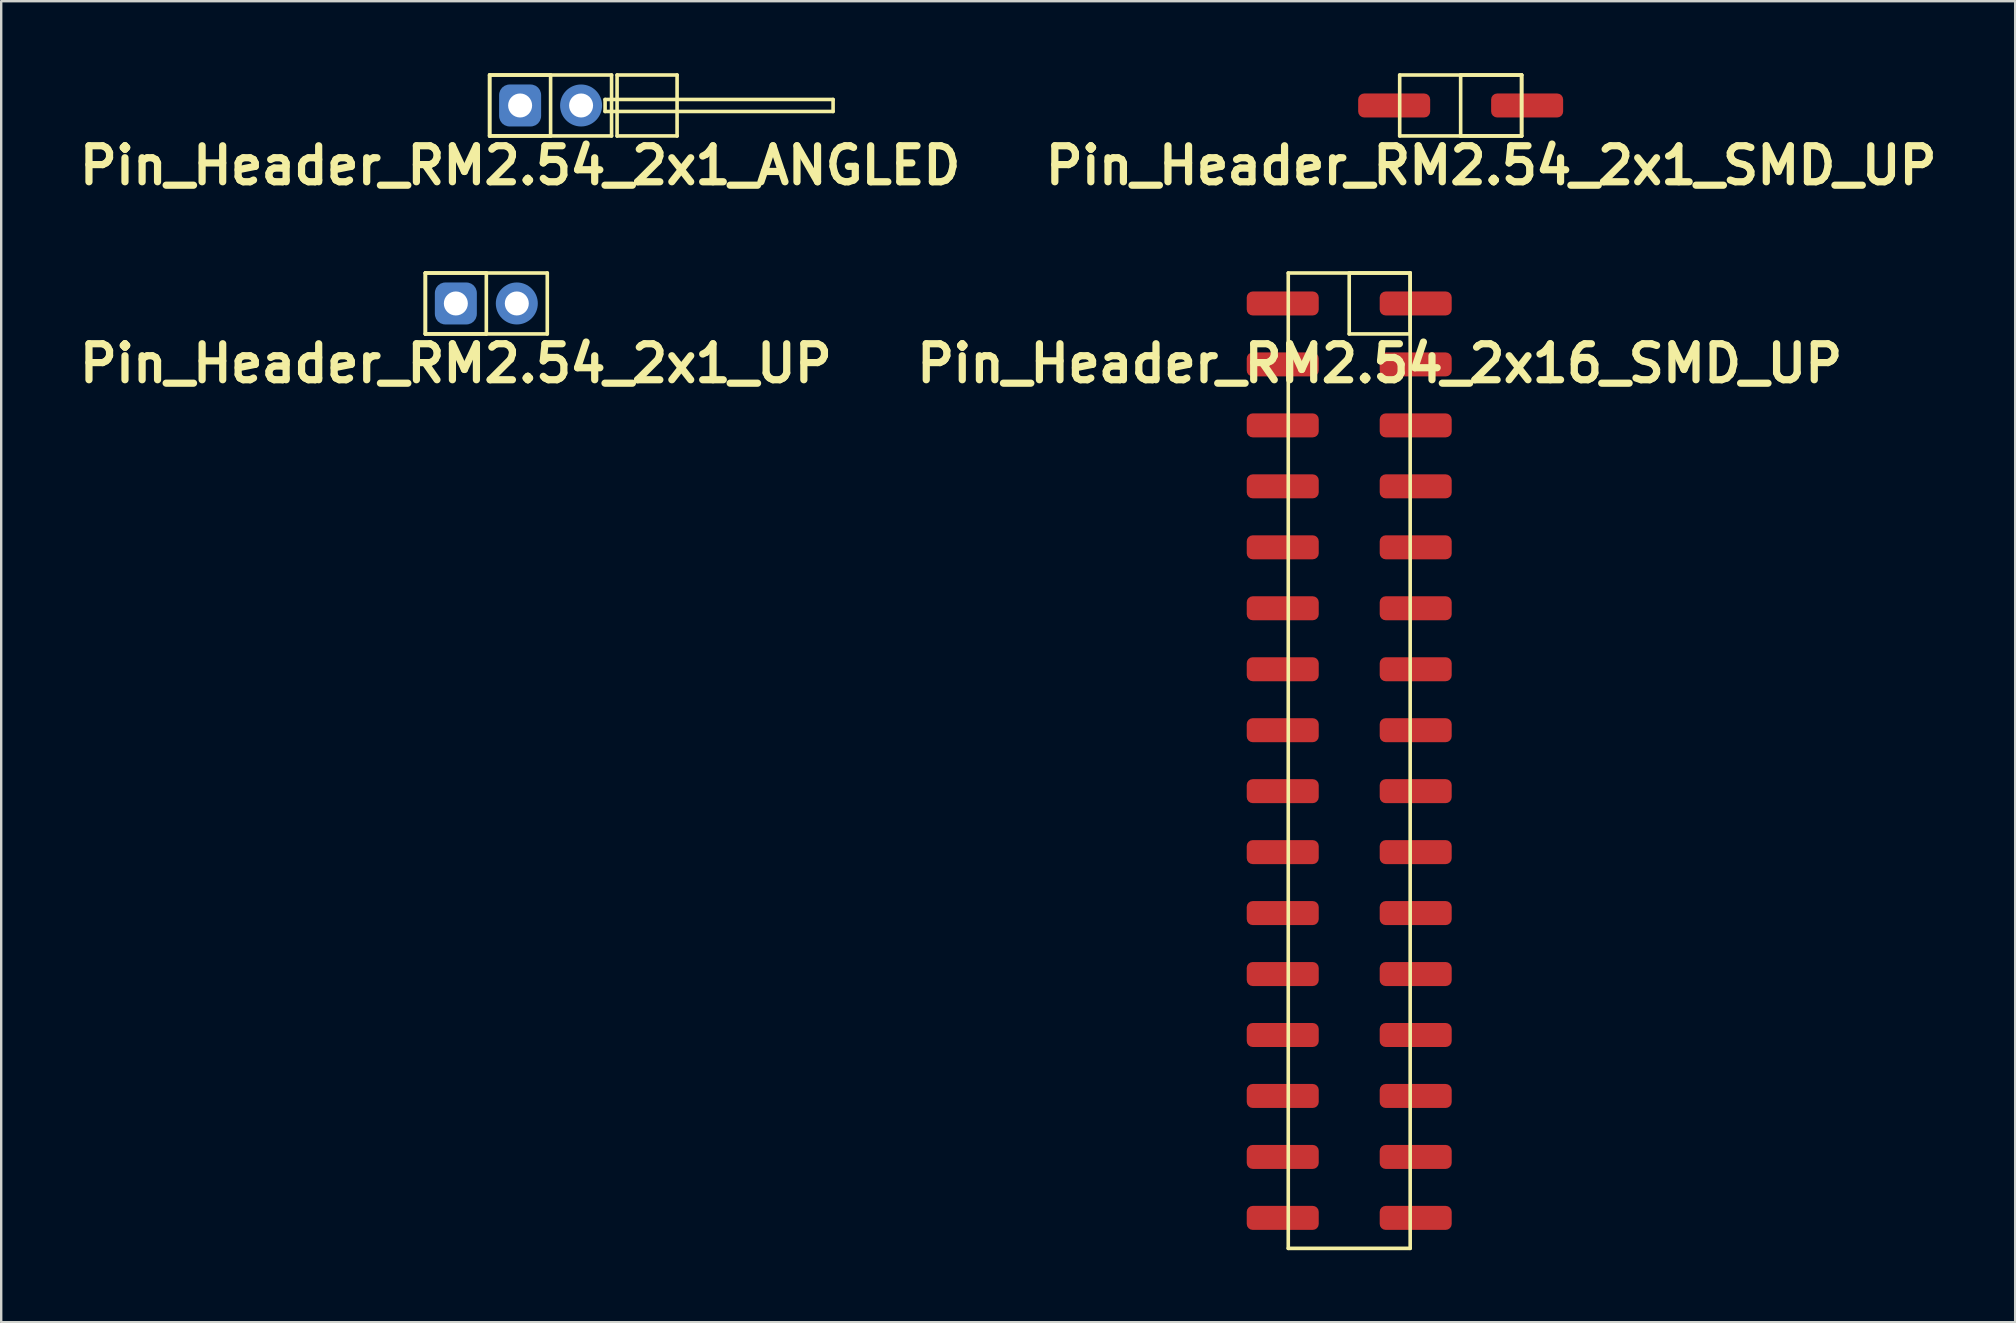
<source format=kicad_pcb>
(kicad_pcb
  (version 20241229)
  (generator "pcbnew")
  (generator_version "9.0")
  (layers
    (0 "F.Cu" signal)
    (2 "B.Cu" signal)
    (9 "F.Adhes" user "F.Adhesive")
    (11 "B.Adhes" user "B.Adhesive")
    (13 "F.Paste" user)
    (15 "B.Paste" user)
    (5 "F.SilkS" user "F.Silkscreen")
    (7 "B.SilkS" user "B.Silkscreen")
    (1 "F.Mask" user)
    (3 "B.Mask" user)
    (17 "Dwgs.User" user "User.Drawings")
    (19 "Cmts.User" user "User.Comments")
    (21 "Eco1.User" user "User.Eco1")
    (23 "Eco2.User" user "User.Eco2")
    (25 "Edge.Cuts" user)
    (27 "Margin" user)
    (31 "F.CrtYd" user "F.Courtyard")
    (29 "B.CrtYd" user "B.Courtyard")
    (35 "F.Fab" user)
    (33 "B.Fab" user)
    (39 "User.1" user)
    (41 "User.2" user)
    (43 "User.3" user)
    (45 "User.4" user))
  (footprint "Pin_Header_RM2.54_2x16_SMD_UP"
    (layer "F.Cu")
    (at 54.436 9.594)
    (property "Reference" "Pin_Header_RM2.54_2x16_SMD_UP" (at 0 2.5 0) (layer "F.SilkS") (effects (font (size 1.5 1.5) (thickness 0.3))))
    (attr through_hole)
    (fp_line (start -3.81 -1.27) (end 1.27 -1.27) (stroke (width 0.15) (type solid)) (layer "F.SilkS"))
    (fp_line (start -3.81 39.37) (end -3.81 -1.27) (stroke (width 0.15) (type solid)) (layer "F.SilkS"))
    (fp_line (start -1.27 -1.27) (end 1.27 -1.27) (stroke (width 0.15) (type solid)) (layer "F.SilkS"))
    (fp_line (start -1.27 1.27) (end -1.27 -1.27) (stroke (width 0.15) (type solid)) (layer "F.SilkS"))
    (fp_line (start 1.27 -1.27) (end 1.27 1.27) (stroke (width 0.15) (type solid)) (layer "F.SilkS"))
    (fp_line (start 1.27 -1.27) (end 1.27 39.37) (stroke (width 0.15) (type solid)) (layer "F.SilkS"))
    (fp_line (start 1.27 1.27) (end -1.27 1.27) (stroke (width 0.15) (type solid)) (layer "F.SilkS"))
    (fp_line (start 1.27 39.37) (end -3.81 39.37) (stroke (width 0.15) (type solid)) (layer "F.SilkS"))
    (pad "1" smd roundrect (at 1.5 0) (size 3 1) (layers "F.Cu" "F.Mask") (roundrect_rratio 0.25))
    (pad "2" smd roundrect (at -4.04 0) (size 3 1) (layers "F.Cu" "F.Mask") (roundrect_rratio 0.25))
    (pad "3" smd roundrect (at 1.5 2.54) (size 3 1) (layers "F.Cu" "F.Mask") (roundrect_rratio 0.25))
    (pad "4" smd roundrect (at -4.04 2.54) (size 3 1) (layers "F.Cu" "F.Mask") (roundrect_rratio 0.25))
    (pad "5" smd roundrect (at 1.5 5.08) (size 3 1) (layers "F.Cu" "F.Mask") (roundrect_rratio 0.25))
    (pad "6" smd roundrect (at -4.04 5.08) (size 3 1) (layers "F.Cu" "F.Mask") (roundrect_rratio 0.25))
    (pad "7" smd roundrect (at 1.5 7.62) (size 3 1) (layers "F.Cu" "F.Mask") (roundrect_rratio 0.25))
    (pad "8" smd roundrect (at -4.04 7.62) (size 3 1) (layers "F.Cu" "F.Mask") (roundrect_rratio 0.25))
    (pad "9" smd roundrect (at 1.5 10.16) (size 3 1) (layers "F.Cu" "F.Mask") (roundrect_rratio 0.25))
    (pad "10" smd roundrect (at -4.04 10.16) (size 3 1) (layers "F.Cu" "F.Mask") (roundrect_rratio 0.25))
    (pad "11" smd roundrect (at 1.5 12.7) (size 3 1) (layers "F.Cu" "F.Mask") (roundrect_rratio 0.25))
    (pad "12" smd roundrect (at -4.04 12.7) (size 3 1) (layers "F.Cu" "F.Mask") (roundrect_rratio 0.25))
    (pad "13" smd roundrect (at 1.5 15.24) (size 3 1) (layers "F.Cu" "F.Mask") (roundrect_rratio 0.25))
    (pad "14" smd roundrect (at -4.04 15.24) (size 3 1) (layers "F.Cu" "F.Mask") (roundrect_rratio 0.25))
    (pad "15" smd roundrect (at 1.5 17.78) (size 3 1) (layers "F.Cu" "F.Mask") (roundrect_rratio 0.25))
    (pad "16" smd roundrect (at -4.04 17.78) (size 3 1) (layers "F.Cu" "F.Mask") (roundrect_rratio 0.25))
    (pad "17" smd roundrect (at 1.5 20.32) (size 3 1) (layers "F.Cu" "F.Mask") (roundrect_rratio 0.25))
    (pad "18" smd roundrect (at -4.04 20.32) (size 3 1) (layers "F.Cu" "F.Mask") (roundrect_rratio 0.25))
    (pad "19" smd roundrect (at 1.5 22.86) (size 3 1) (layers "F.Cu" "F.Mask") (roundrect_rratio 0.25))
    (pad "20" smd roundrect (at -4.04 22.86) (size 3 1) (layers "F.Cu" "F.Mask") (roundrect_rratio 0.25))
    (pad "21" smd roundrect (at 1.5 25.4) (size 3 1) (layers "F.Cu" "F.Mask") (roundrect_rratio 0.25))
    (pad "22" smd roundrect (at -4.04 25.4) (size 3 1) (layers "F.Cu" "F.Mask") (roundrect_rratio 0.25))
    (pad "23" smd roundrect (at 1.5 27.94) (size 3 1) (layers "F.Cu" "F.Mask") (roundrect_rratio 0.25))
    (pad "24" smd roundrect (at -4.04 27.94) (size 3 1) (layers "F.Cu" "F.Mask") (roundrect_rratio 0.25))
    (pad "25" smd roundrect (at 1.5 30.48) (size 3 1) (layers "F.Cu" "F.Mask") (roundrect_rratio 0.25))
    (pad "26" smd roundrect (at -4.04 30.48) (size 3 1) (layers "F.Cu" "F.Mask") (roundrect_rratio 0.25))
    (pad "27" smd roundrect (at 1.5 33.02) (size 3 1) (layers "F.Cu" "F.Mask") (roundrect_rratio 0.25))
    (pad "28" smd roundrect (at -4.04 33.02) (size 3 1) (layers "F.Cu" "F.Mask") (roundrect_rratio 0.25))
    (pad "29" smd roundrect (at 1.5 35.56) (size 3 1) (layers "F.Cu" "F.Mask") (roundrect_rratio 0.25))
    (pad "30" smd roundrect (at -4.04 35.56) (size 3 1) (layers "F.Cu" "F.Mask") (roundrect_rratio 0.25))
    (pad "31" smd roundrect (at 1.5 38.1) (size 3 1) (layers "F.Cu" "F.Mask") (roundrect_rratio 0.25))
    (pad "32" smd roundrect (at -4.04 38.1) (size 3 1) (layers "F.Cu" "F.Mask") (roundrect_rratio 0.25)))
  (footprint "Pin_Header_RM2.54_2x1_SMD_UP"
    (layer "F.Cu")
    (at 59.079 1.345)
    (property "Reference" "Pin_Header_RM2.54_2x1_SMD_UP" (at 0 2.5 0) (layer "F.SilkS") (effects (font (size 1.5 1.5) (thickness 0.3))))
    (attr through_hole)
    (fp_line (start -3.81 -1.27) (end 1.27 -1.27) (stroke (width 0.15) (type solid)) (layer "F.SilkS"))
    (fp_line (start -3.81 1.27) (end -3.81 -1.27) (stroke (width 0.15) (type solid)) (layer "F.SilkS"))
    (fp_line (start -1.27 -1.27) (end 1.27 -1.27) (stroke (width 0.15) (type solid)) (layer "F.SilkS"))
    (fp_line (start -1.27 1.27) (end -1.27 -1.27) (stroke (width 0.15) (type solid)) (layer "F.SilkS"))
    (fp_line (start 1.27 -1.27) (end 1.27 1.27) (stroke (width 0.15) (type solid)) (layer "F.SilkS"))
    (fp_line (start 1.27 -1.27) (end 1.27 1.27) (stroke (width 0.15) (type solid)) (layer "F.SilkS"))
    (fp_line (start 1.27 1.27) (end -3.81 1.27) (stroke (width 0.15) (type solid)) (layer "F.SilkS"))
    (fp_line (start 1.27 1.27) (end -1.27 1.27) (stroke (width 0.15) (type solid)) (layer "F.SilkS"))
    (pad "1" smd roundrect (at 1.5 0) (size 3 1) (layers "F.Cu" "F.Mask" "F.Paste") (roundrect_rratio 0.25))
    (pad "2" smd roundrect (at -4.04 0) (size 3 1) (layers "F.Cu" "F.Mask" "F.Paste") (roundrect_rratio 0.25)))
  (footprint "Pin_Header_RM2.54_2x1_ANGLED"
    (layer "F.Cu")
    (at 18.621 1.345)
    (property "Reference" "Pin_Header_RM2.54_2x1_ANGLED" (at 0 2.5 0) (layer "F.SilkS") (effects (font (size 1.5 1.5) (thickness 0.3))))
    (attr through_hole)
    (fp_line (start -1.27 -1.27) (end 1.27 -1.27) (stroke (width 0.15) (type solid)) (layer "F.SilkS"))
    (fp_line (start -1.27 -1.27) (end 3.81 -1.27) (stroke (width 0.15) (type solid)) (layer "F.SilkS"))
    (fp_line (start -1.27 1.27) (end -1.27 -1.27) (stroke (width 0.15) (type solid)) (layer "F.SilkS"))
    (fp_line (start -1.27 1.27) (end -1.27 -1.27) (stroke (width 0.15) (type solid)) (layer "F.SilkS"))
    (fp_line (start 1.27 -1.27) (end 1.27 1.27) (stroke (width 0.15) (type solid)) (layer "F.SilkS"))
    (fp_line (start 1.27 1.27) (end -1.27 1.27) (stroke (width 0.15) (type solid)) (layer "F.SilkS"))
    (fp_line (start 3.54 -0.25) (end 13.04 -0.25) (stroke (width 0.15) (type solid)) (layer "F.SilkS"))
    (fp_line (start 3.54 0.25) (end 3.54 -0.25) (stroke (width 0.15) (type solid)) (layer "F.SilkS"))
    (fp_line (start 3.81 -1.27) (end 3.81 1.27) (stroke (width 0.15) (type solid)) (layer "F.SilkS"))
    (fp_line (start 3.81 1.27) (end -1.27 1.27) (stroke (width 0.15) (type solid)) (layer "F.SilkS"))
    (fp_line (start 4.04 -1.27) (end 6.54 -1.27) (stroke (width 0.15) (type solid)) (layer "F.SilkS"))
    (fp_line (start 4.04 1.27) (end 4.04 -1.27) (stroke (width 0.15) (type solid)) (layer "F.SilkS"))
    (fp_line (start 6.54 -1.27) (end 6.54 1.27) (stroke (width 0.15) (type solid)) (layer "F.SilkS"))
    (fp_line (start 6.54 1.27) (end 4.04 1.27) (stroke (width 0.15) (type solid)) (layer "F.SilkS"))
    (fp_line (start 13.04 -0.25) (end 13.04 0.25) (stroke (width 0.15) (type solid)) (layer "F.SilkS"))
    (fp_line (start 13.04 0.25) (end 3.54 0.25) (stroke (width 0.15) (type solid)) (layer "F.SilkS"))
    (pad "1" thru_hole circle (at 0 0) (size 1.3 1.3) (drill 1) (layers "*.Cu" "*.Mask"))
    (pad "1" smd roundrect (at 0 0) (size 1.5 1.5) (layers "F.Cu" "F.Mask") (roundrect_rratio 0.25))
    (pad "1" smd roundrect (at 0 0) (size 1.75 1.75) (layers "B.Cu" "B.Mask") (roundrect_rratio 0.25))
    (pad "2" thru_hole circle (at 2.54 0) (size 1.3 1.3) (drill 1) (layers "*.Cu" "*.Mask"))
    (pad "2" smd circle (at 2.54 0) (size 1.5 1.5) (layers "F.Cu" "F.Mask"))
    (pad "2" smd circle (at 2.54 0) (size 1.75 1.75) (layers "B.Cu" "B.Mask")))
  (footprint "Pin_Header_RM2.54_2x1_UP"
    (layer "F.Cu")
    (at 15.943 9.594)
    (property "Reference" "Pin_Header_RM2.54_2x1_UP" (at 0 2.5 0) (layer "F.SilkS") (effects (font (size 1.5 1.5) (thickness 0.3))))
    (attr through_hole)
    (fp_line (start -1.27 -1.27) (end 1.27 -1.27) (stroke (width 0.15) (type solid)) (layer "F.SilkS"))
    (fp_line (start -1.27 -1.27) (end 3.81 -1.27) (stroke (width 0.15) (type solid)) (layer "F.SilkS"))
    (fp_line (start -1.27 1.27) (end -1.27 -1.27) (stroke (width 0.15) (type solid)) (layer "F.SilkS"))
    (fp_line (start -1.27 1.27) (end -1.27 -1.27) (stroke (width 0.15) (type solid)) (layer "F.SilkS"))
    (fp_line (start 1.27 -1.27) (end 1.27 1.27) (stroke (width 0.15) (type solid)) (layer "F.SilkS"))
    (fp_line (start 1.27 1.27) (end -1.27 1.27) (stroke (width 0.15) (type solid)) (layer "F.SilkS"))
    (fp_line (start 3.81 -1.27) (end 3.81 1.27) (stroke (width 0.15) (type solid)) (layer "F.SilkS"))
    (fp_line (start 3.81 1.27) (end -1.27 1.27) (stroke (width 0.15) (type solid)) (layer "F.SilkS"))
    (pad "1" thru_hole circle (at 0 0) (size 1.3 1.3) (drill 1) (layers "*.Cu" "*.Mask"))
    (pad "1" smd roundrect (at 0 0) (size 1.75 1.75) (layers "B.Cu" "B.Mask") (roundrect_rratio 0.25))
    (pad "2" thru_hole circle (at 2.54 0) (size 1.3 1.3) (drill 1) (layers "*.Cu" "*.Mask"))
    (pad "2" smd circle (at 2.54 0) (size 1.75 1.75) (layers "B.Cu" "B.Mask")))
  (gr_rect
    (start -3 -3)
    (end 80.914 52.039)
    (stroke (width 0.1) (type default))
    (fill no)
    (layer "Edge.Cuts")))
</source>
